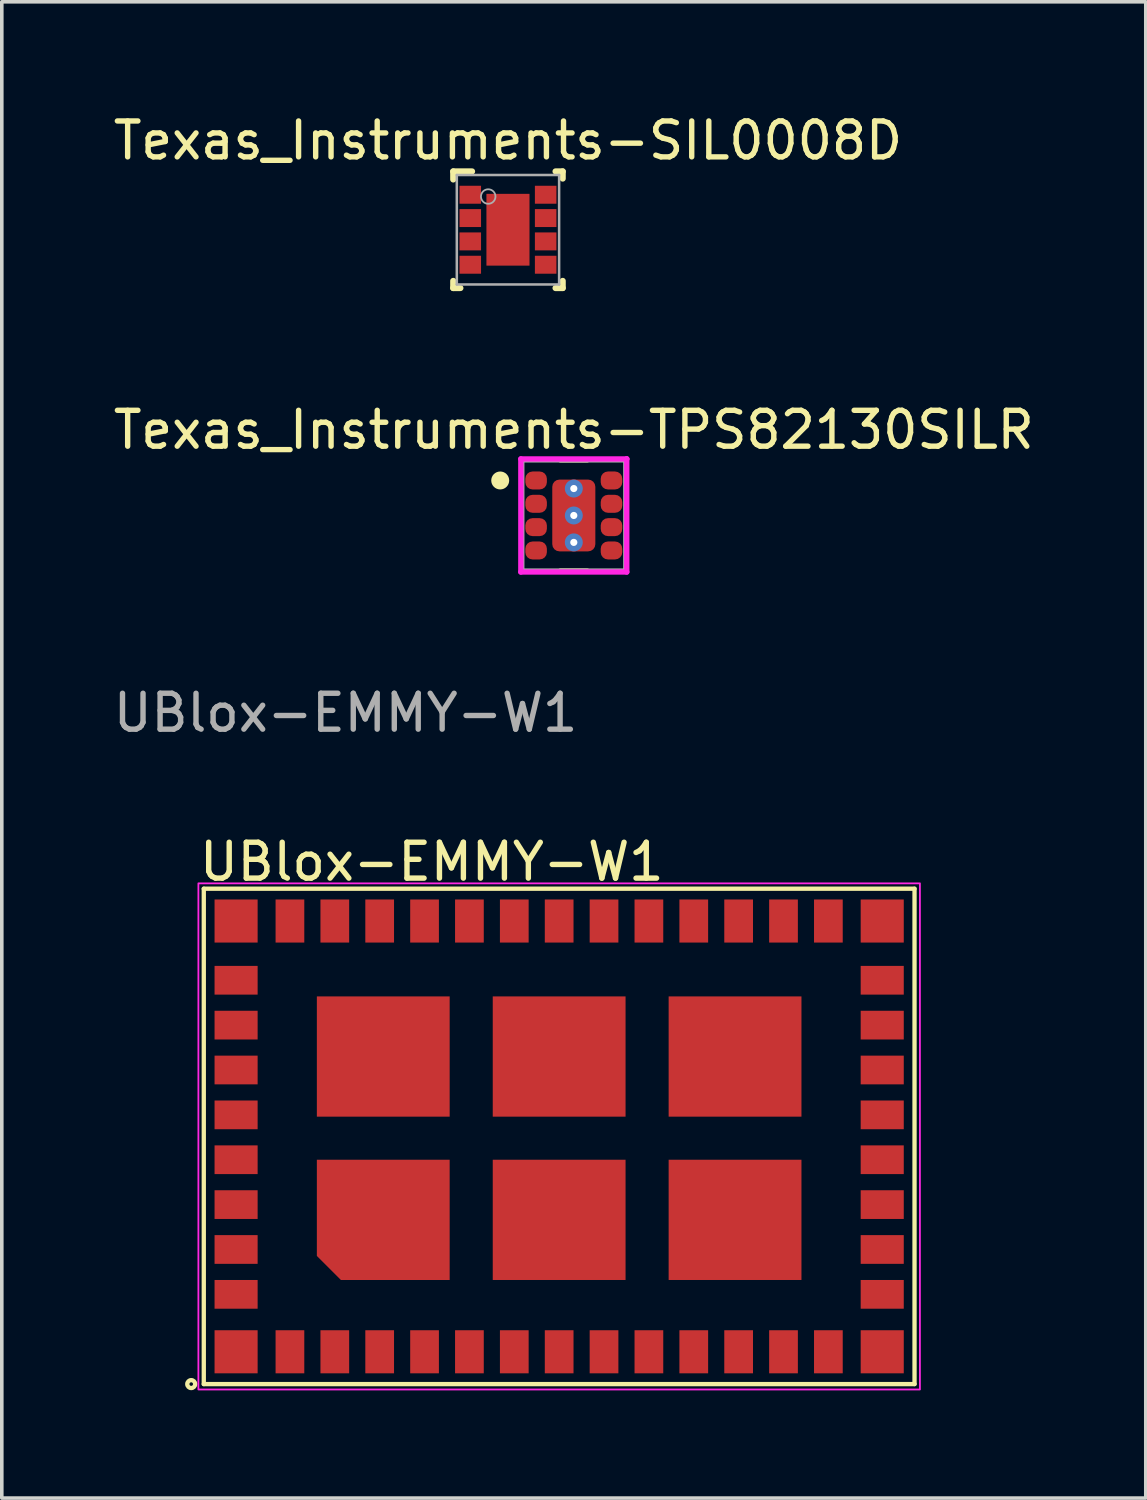
<source format=kicad_pcb>
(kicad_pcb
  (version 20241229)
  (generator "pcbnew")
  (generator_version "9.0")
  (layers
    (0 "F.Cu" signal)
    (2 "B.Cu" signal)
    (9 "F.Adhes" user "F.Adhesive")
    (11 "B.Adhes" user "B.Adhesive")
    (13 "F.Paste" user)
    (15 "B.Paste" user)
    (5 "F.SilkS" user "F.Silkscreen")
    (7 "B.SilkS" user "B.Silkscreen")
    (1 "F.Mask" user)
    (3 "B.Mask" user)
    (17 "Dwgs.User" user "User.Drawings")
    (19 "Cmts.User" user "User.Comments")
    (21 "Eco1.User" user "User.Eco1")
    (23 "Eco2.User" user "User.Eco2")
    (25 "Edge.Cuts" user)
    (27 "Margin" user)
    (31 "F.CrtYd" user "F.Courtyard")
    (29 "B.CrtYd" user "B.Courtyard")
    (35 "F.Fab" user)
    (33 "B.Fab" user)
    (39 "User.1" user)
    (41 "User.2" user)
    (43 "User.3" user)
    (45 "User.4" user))
  (footprint "UBlox-EMMY-W1"
    (layer "F.Cu")
    (at 12.527 28.608)
    (property "Reference" "UBlox-EMMY-W1" (at -10.1 -7.65 0) (unlocked yes) (layer "F.SilkS") (effects (font (size 1 1) (thickness 0.15)) (justify left)))
    (attr smd)
    (fp_line (start -9.9 -6.9) (end 9.9 -6.9) (stroke (width 0.12) (type default)) (layer "F.SilkS"))
    (fp_line (start -9.9 6.9) (end -9.9 -6.9) (stroke (width 0.12) (type default)) (layer "F.SilkS"))
    (fp_line (start -9.9 6.9) (end 9.9 6.9) (stroke (width 0.12) (type default)) (layer "F.SilkS"))
    (fp_line (start 9.9 -6.9) (end 9.9 6.9) (stroke (width 0.12) (type default)) (layer "F.SilkS"))
    (fp_circle (center -10.25 6.9) (end -10.3 6.9) (stroke (width 0.12) (type default)) (fill no) (layer "F.SilkS"))
    (fp_rect (start -10.05 -7.05) (end 10.05 7.05) (stroke (width 0.05) (type default)) (fill no) (layer "F.CrtYd"))
    (fp_text user "${REFERENCE}" (at -5.95 -11.8 0) (unlocked yes) (layer "F.Fab") (effects (font (size 1 1) (thickness 0.15))))
    (pad "" smd roundrect (at -6.15 -3.3) (size 0.85 0.85) (layers "F.Paste") (roundrect_rratio 0.238))
    (pad "" smd roundrect (at -6.15 -2.225) (size 0.85 0.85) (layers "F.Paste") (roundrect_rratio 0.238))
    (pad "" smd roundrect (at -6.15 -1.15) (size 0.85 0.85) (layers "F.Paste") (roundrect_rratio 0.238))
    (pad "" smd roundrect (at -6.15 1.25) (size 0.85 0.85) (layers "F.Paste") (roundrect_rratio 0.238))
    (pad "" smd roundrect (at -6.15 2.325) (size 0.85 0.85) (layers "F.Paste") (roundrect_rratio 0.238))
    (pad "" smd roundrect (at -6.15 3.4) (size 0.85 0.85) (layers "F.Paste") (roundrect_rratio 0.238) (chamfer_ratio 0.45) (chamfer bottom_left))
    (pad "" smd roundrect (at -4.9 -3.3) (size 0.9 0.85) (layers "F.Paste") (roundrect_rratio 0.238))
    (pad "" smd roundrect (at -4.9 -2.225) (size 0.9 0.85) (layers "F.Paste") (roundrect_rratio 0.238))
    (pad "" smd roundrect (at -4.9 -1.15) (size 0.9 0.85) (layers "F.Paste") (roundrect_rratio 0.238))
    (pad "" smd roundrect (at -4.9 1.25) (size 0.9 0.85) (layers "F.Paste") (roundrect_rratio 0.238))
    (pad "" smd roundrect (at -4.9 2.325) (size 0.9 0.85) (layers "F.Paste") (roundrect_rratio 0.238))
    (pad "" smd roundrect (at -4.9 3.4) (size 0.9 0.85) (layers "F.Paste") (roundrect_rratio 0.238))
    (pad "" smd roundrect (at -3.65 -3.3) (size 0.85 0.85) (layers "F.Paste") (roundrect_rratio 0.238))
    (pad "" smd roundrect (at -3.65 -2.225) (size 0.85 0.85) (layers "F.Paste") (roundrect_rratio 0.238))
    (pad "" smd roundrect (at -3.65 -1.15) (size 0.85 0.85) (layers "F.Paste") (roundrect_rratio 0.238))
    (pad "" smd roundrect (at -3.65 1.25) (size 0.85 0.85) (layers "F.Paste") (roundrect_rratio 0.238))
    (pad "" smd roundrect (at -3.65 2.325) (size 0.85 0.85) (layers "F.Paste") (roundrect_rratio 0.238))
    (pad "" smd roundrect (at -3.65 3.4) (size 0.85 0.85) (layers "F.Paste") (roundrect_rratio 0.238))
    (pad "" smd roundrect (at -1.25 -3.3) (size 0.85 0.85) (layers "F.Paste") (roundrect_rratio 0.238))
    (pad "" smd roundrect (at -1.25 -2.225) (size 0.85 0.85) (layers "F.Paste") (roundrect_rratio 0.238))
    (pad "" smd roundrect (at -1.25 -1.15) (size 0.85 0.85) (layers "F.Paste") (roundrect_rratio 0.238))
    (pad "" smd roundrect (at -1.25 1.25) (size 0.85 0.85) (layers "F.Paste") (roundrect_rratio 0.238))
    (pad "" smd roundrect (at -1.25 2.325) (size 0.85 0.85) (layers "F.Paste") (roundrect_rratio 0.238))
    (pad "" smd roundrect (at -1.25 3.4) (size 0.85 0.85) (layers "F.Paste") (roundrect_rratio 0.238))
    (pad "" smd roundrect (at 0 -3.3) (size 0.9 0.85) (layers "F.Paste") (roundrect_rratio 0.238))
    (pad "" smd roundrect (at 0 -2.225) (size 0.9 0.85) (layers "F.Paste") (roundrect_rratio 0.238))
    (pad "" smd roundrect (at 0 -1.15) (size 0.9 0.85) (layers "F.Paste") (roundrect_rratio 0.238))
    (pad "" smd roundrect (at 0 1.25) (size 0.9 0.85) (layers "F.Paste") (roundrect_rratio 0.238))
    (pad "" smd roundrect (at 0 2.325) (size 0.9 0.85) (layers "F.Paste") (roundrect_rratio 0.238))
    (pad "" smd roundrect (at 0 3.4) (size 0.9 0.85) (layers "F.Paste") (roundrect_rratio 0.238))
    (pad "" smd roundrect (at 1.25 -3.3) (size 0.85 0.85) (layers "F.Paste") (roundrect_rratio 0.238))
    (pad "" smd roundrect (at 1.25 -2.225) (size 0.85 0.85) (layers "F.Paste") (roundrect_rratio 0.238))
    (pad "" smd roundrect (at 1.25 -1.15) (size 0.85 0.85) (layers "F.Paste") (roundrect_rratio 0.238))
    (pad "" smd roundrect (at 1.25 1.25) (size 0.85 0.85) (layers "F.Paste") (roundrect_rratio 0.238))
    (pad "" smd roundrect (at 1.25 2.325) (size 0.85 0.85) (layers "F.Paste") (roundrect_rratio 0.238))
    (pad "" smd roundrect (at 1.25 3.4) (size 0.85 0.85) (layers "F.Paste") (roundrect_rratio 0.238))
    (pad "" smd roundrect (at 3.65 -3.3) (size 0.85 0.85) (layers "F.Paste") (roundrect_rratio 0.238))
    (pad "" smd roundrect (at 3.65 -2.225) (size 0.85 0.85) (layers "F.Paste") (roundrect_rratio 0.238))
    (pad "" smd roundrect (at 3.65 -1.15) (size 0.85 0.85) (layers "F.Paste") (roundrect_rratio 0.238))
    (pad "" smd roundrect (at 3.65 1.25) (size 0.85 0.85) (layers "F.Paste") (roundrect_rratio 0.238))
    (pad "" smd roundrect (at 3.65 2.325) (size 0.85 0.85) (layers "F.Paste") (roundrect_rratio 0.238))
    (pad "" smd roundrect (at 3.65 3.4) (size 0.85 0.85) (layers "F.Paste") (roundrect_rratio 0.238))
    (pad "" smd roundrect (at 4.9 -3.3) (size 0.9 0.85) (layers "F.Paste") (roundrect_rratio 0.238))
    (pad "" smd roundrect (at 4.9 -2.225) (size 0.9 0.85) (layers "F.Paste") (roundrect_rratio 0.238))
    (pad "" smd roundrect (at 4.9 -1.15) (size 0.9 0.85) (layers "F.Paste") (roundrect_rratio 0.238))
    (pad "" smd roundrect (at 4.9 1.25) (size 0.9 0.85) (layers "F.Paste") (roundrect_rratio 0.238))
    (pad "" smd roundrect (at 4.9 2.325) (size 0.9 0.85) (layers "F.Paste") (roundrect_rratio 0.238))
    (pad "" smd roundrect (at 4.9 3.4) (size 0.9 0.85) (layers "F.Paste") (roundrect_rratio 0.238))
    (pad "" smd roundrect (at 6.15 -3.3) (size 0.85 0.85) (layers "F.Paste") (roundrect_rratio 0.238))
    (pad "" smd roundrect (at 6.15 -2.225) (size 0.85 0.85) (layers "F.Paste") (roundrect_rratio 0.238))
    (pad "" smd roundrect (at 6.15 -1.15) (size 0.85 0.85) (layers "F.Paste") (roundrect_rratio 0.238))
    (pad "" smd roundrect (at 6.15 1.25) (size 0.85 0.85) (layers "F.Paste") (roundrect_rratio 0.238))
    (pad "" smd roundrect (at 6.15 2.325) (size 0.85 0.85) (layers "F.Paste") (roundrect_rratio 0.238))
    (pad "" smd roundrect (at 6.15 3.4) (size 0.85 0.85) (layers "F.Paste") (roundrect_rratio 0.238))
    (pad "1" smd rect (at -9 6) (size 1.2 1.2) (layers "F.Cu" "F.Mask" "F.Paste"))
    (pad "2" smd rect (at -7.5 6) (size 0.8 1.2) (layers "F.Cu" "F.Mask" "F.Paste"))
    (pad "3" smd rect (at -6.25 6) (size 0.8 1.2) (layers "F.Cu" "F.Mask" "F.Paste"))
    (pad "4" smd rect (at -5 6) (size 0.8 1.2) (layers "F.Cu" "F.Mask" "F.Paste"))
    (pad "5" smd rect (at -3.75 6) (size 0.8 1.2) (layers "F.Cu" "F.Mask" "F.Paste"))
    (pad "6" smd rect (at -2.5 6) (size 0.8 1.2) (layers "F.Cu" "F.Mask" "F.Paste"))
    (pad "7" smd rect (at -1.25 6) (size 0.8 1.2) (layers "F.Cu" "F.Mask" "F.Paste"))
    (pad "8" smd rect (at 0 6) (size 0.8 1.2) (layers "F.Cu" "F.Mask" "F.Paste"))
    (pad "9" smd rect (at 1.25 6) (size 0.8 1.2) (layers "F.Cu" "F.Mask" "F.Paste"))
    (pad "10" smd rect (at 2.5 6) (size 0.8 1.2) (layers "F.Cu" "F.Mask" "F.Paste"))
    (pad "11" smd rect (at 3.75 6) (size 0.8 1.2) (layers "F.Cu" "F.Mask" "F.Paste"))
    (pad "12" smd rect (at 5 6) (size 0.8 1.2) (layers "F.Cu" "F.Mask" "F.Paste"))
    (pad "13" smd rect (at 6.25 6) (size 0.8 1.2) (layers "F.Cu" "F.Mask" "F.Paste"))
    (pad "14" smd rect (at 7.5 6) (size 0.8 1.2) (layers "F.Cu" "F.Mask" "F.Paste"))
    (pad "15" smd rect (at 9 6) (size 1.2 1.2) (layers "F.Cu" "F.Mask" "F.Paste"))
    (pad "16" smd rect (at 9 4.4) (size 1.2 0.8) (layers "F.Cu" "F.Mask" "F.Paste"))
    (pad "17" smd rect (at 9 3.15) (size 1.2 0.8) (layers "F.Cu" "F.Mask" "F.Paste"))
    (pad "18" smd rect (at 9 1.9) (size 1.2 0.8) (layers "F.Cu" "F.Mask" "F.Paste"))
    (pad "19" smd rect (at 9 0.65) (size 1.2 0.8) (layers "F.Cu" "F.Mask" "F.Paste"))
    (pad "20" smd rect (at 9 -0.6) (size 1.2 0.8) (layers "F.Cu" "F.Mask" "F.Paste"))
    (pad "21" smd rect (at 9 -1.85) (size 1.2 0.8) (layers "F.Cu" "F.Mask" "F.Paste"))
    (pad "22" smd rect (at 9 -3.1) (size 1.2 0.8) (layers "F.Cu" "F.Mask" "F.Paste"))
    (pad "23" smd rect (at 9 -4.35) (size 1.2 0.8) (layers "F.Cu" "F.Mask" "F.Paste"))
    (pad "24" smd rect (at 9 -6) (size 1.2 1.2) (layers "F.Cu" "F.Mask" "F.Paste"))
    (pad "25" smd rect (at 7.5 -6) (size 0.8 1.2) (layers "F.Cu" "F.Mask" "F.Paste"))
    (pad "26" smd rect (at 6.25 -6) (size 0.8 1.2) (layers "F.Cu" "F.Mask" "F.Paste"))
    (pad "27" smd rect (at 5 -6) (size 0.8 1.2) (layers "F.Cu" "F.Mask" "F.Paste"))
    (pad "28" smd rect (at 3.75 -6) (size 0.8 1.2) (layers "F.Cu" "F.Mask" "F.Paste"))
    (pad "29" smd rect (at 2.5 -6) (size 0.8 1.2) (layers "F.Cu" "F.Mask" "F.Paste"))
    (pad "30" smd rect (at 1.25 -6) (size 0.8 1.2) (layers "F.Cu" "F.Mask" "F.Paste"))
    (pad "31" smd rect (at 0 -6) (size 0.8 1.2) (layers "F.Cu" "F.Mask" "F.Paste"))
    (pad "32" smd rect (at -1.25 -6) (size 0.8 1.2) (layers "F.Cu" "F.Mask" "F.Paste"))
    (pad "33" smd rect (at -2.5 -6) (size 0.8 1.2) (layers "F.Cu" "F.Mask" "F.Paste"))
    (pad "34" smd rect (at -3.75 -6) (size 0.8 1.2) (layers "F.Cu" "F.Mask" "F.Paste"))
    (pad "35" smd rect (at -5 -6) (size 0.8 1.2) (layers "F.Cu" "F.Mask" "F.Paste"))
    (pad "36" smd rect (at -6.25 -6) (size 0.8 1.2) (layers "F.Cu" "F.Mask" "F.Paste"))
    (pad "37" smd rect (at -7.5 -6) (size 0.8 1.2) (layers "F.Cu" "F.Mask" "F.Paste"))
    (pad "38" smd rect (at -9 -6) (size 1.2 1.2) (layers "F.Cu" "F.Mask" "F.Paste"))
    (pad "39" smd rect (at -9 -4.35) (size 1.2 0.8) (layers "F.Cu" "F.Mask" "F.Paste"))
    (pad "40" smd rect (at -9 -3.1) (size 1.2 0.8) (layers "F.Cu" "F.Mask" "F.Paste"))
    (pad "41" smd rect (at -9 -1.85) (size 1.2 0.8) (layers "F.Cu" "F.Mask" "F.Paste"))
    (pad "42" smd rect (at -9 -0.6) (size 1.2 0.8) (layers "F.Cu" "F.Mask" "F.Paste"))
    (pad "43" smd rect (at -9 0.65) (size 1.2 0.8) (layers "F.Cu" "F.Mask" "F.Paste"))
    (pad "44" smd rect (at -9 1.9) (size 1.2 0.8) (layers "F.Cu" "F.Mask" "F.Paste"))
    (pad "45" smd rect (at -9 3.15) (size 1.2 0.8) (layers "F.Cu" "F.Mask" "F.Paste"))
    (pad "46" smd rect (at -9 4.4) (size 1.2 0.8) (layers "F.Cu" "F.Mask" "F.Paste"))
    (pad "EP" smd rect (at -4.9 -2.225) (size 3.7 3.35) (layers "F.Cu" "F.Mask"))
    (pad "EP" smd roundrect (at -4.9 2.325) (size 3.7 3.35) (layers "F.Cu" "F.Mask") (roundrect_rratio 0) (chamfer_ratio 0.2) (chamfer bottom_left))
    (pad "EP" smd rect (at 0 -2.225) (size 3.7 3.35) (layers "F.Cu" "F.Mask"))
    (pad "EP" smd rect (at 0 2.325) (size 3.7 3.35) (layers "F.Cu" "F.Mask"))
    (pad "EP" smd rect (at 4.9 -2.225) (size 3.7 3.35) (layers "F.Cu" "F.Mask"))
    (pad "EP" smd rect (at 4.9 2.325) (size 3.7 3.35) (layers "F.Cu" "F.Mask")))
  (footprint "Texas_Instruments-TPS82130SILR"
    (layer "F.Cu")
    (at 12.935 11.31)
    (property "Reference" "Texas_Instruments-TPS82130SILR" (at 0 -1.8 0) (layer "F.SilkS") (effects (font (size 1 1) (thickness 0.15)) (justify bottom)))
    (attr through_hole)
    (fp_line (start -0.375 -1.55) (end 0.375 -1.55) (stroke (width 0.15) (type solid)) (layer "F.SilkS"))
    (fp_line (start -0.375 1.55) (end 0.375 1.55) (stroke (width 0.15) (type solid)) (layer "F.SilkS"))
    (fp_circle (center -2.05 -0.975) (end -1.925 -0.975) (stroke (width 0.25) (type solid)) (fill no) (layer "F.SilkS"))
    (fp_line (start -1.475 -1.575) (end -1.475 1.575) (stroke (width 0.15) (type solid)) (layer "F.CrtYd"))
    (fp_line (start -1.475 1.575) (end 1.475 1.575) (stroke (width 0.15) (type solid)) (layer "F.CrtYd"))
    (fp_line (start 1.475 -1.575) (end -1.475 -1.575) (stroke (width 0.15) (type solid)) (layer "F.CrtYd"))
    (fp_line (start 1.475 -1.575) (end 1.475 -1.575) (stroke (width 0.15) (type solid)) (layer "F.CrtYd"))
    (fp_line (start 1.475 1.575) (end 1.475 -1.575) (stroke (width 0.15) (type solid)) (layer "F.CrtYd"))
    (fp_line (start -1.45 -1.55) (end 1.45 -1.55) (stroke (width 0.15) (type solid)) (layer "F.Fab"))
    (fp_line (start -1.45 1.55) (end -1.45 -1.55) (stroke (width 0.15) (type solid)) (layer "F.Fab"))
    (fp_line (start 1.45 -1.55) (end 1.45 1.55) (stroke (width 0.15) (type solid)) (layer "F.Fab"))
    (fp_line (start 1.45 1.55) (end -1.45 1.55) (stroke (width 0.15) (type solid)) (layer "F.Fab"))
    (pad "" smd roundrect (at -1.05 -0.975) (size 0.5 0.4) (layers "F.Mask" "F.Paste") (roundrect_rratio 0.25))
    (pad "" smd roundrect (at -1.05 -0.325) (size 0.5 0.4) (layers "F.Mask" "F.Paste") (roundrect_rratio 0.25))
    (pad "" smd roundrect (at -1.05 0.325) (size 0.5 0.4) (layers "F.Mask" "F.Paste") (roundrect_rratio 0.25))
    (pad "" smd roundrect (at -1.05 0.975) (size 0.5 0.4) (layers "F.Mask" "F.Paste") (roundrect_rratio 0.25))
    (pad "" smd roundrect (at 0 -0.525) (size 1.04 0.85) (layers "F.Paste") (roundrect_rratio 0.118))
    (pad "" smd roundrect (at 0 0) (size 1.1 1.9) (layers "F.Mask") (roundrect_rratio 0.091))
    (pad "" smd roundrect (at 0 0.525) (size 1.04 0.85) (layers "F.Paste") (roundrect_rratio 0.118))
    (pad "" smd roundrect (at 1.05 -0.975) (size 0.5 0.4) (layers "F.Mask" "F.Paste") (roundrect_rratio 0.25))
    (pad "" smd roundrect (at 1.05 -0.325) (size 0.5 0.4) (layers "F.Mask" "F.Paste") (roundrect_rratio 0.25))
    (pad "" smd roundrect (at 1.05 0.325) (size 0.5 0.4) (layers "F.Mask" "F.Paste") (roundrect_rratio 0.25))
    (pad "" smd roundrect (at 1.05 0.975) (size 0.5 0.4) (layers "F.Mask" "F.Paste") (roundrect_rratio 0.25))
    (pad "1" smd roundrect (at -1.05 -0.975) (size 0.6 0.5) (layers "F.Cu") (roundrect_rratio 0.4))
    (pad "2" smd roundrect (at -1.05 -0.325) (size 0.6 0.5) (layers "F.Cu") (roundrect_rratio 0.4))
    (pad "3" smd roundrect (at -1.05 0.325) (size 0.6 0.5) (layers "F.Cu") (roundrect_rratio 0.4))
    (pad "4" smd roundrect (at -1.05 0.975) (size 0.6 0.5) (layers "F.Cu") (roundrect_rratio 0.4))
    (pad "5" smd roundrect (at 1.05 0.975) (size 0.6 0.5) (layers "F.Cu") (roundrect_rratio 0.4))
    (pad "6" smd roundrect (at 1.05 0.325) (size 0.6 0.5) (layers "F.Cu") (roundrect_rratio 0.4))
    (pad "7" smd roundrect (at 1.05 -0.325) (size 0.6 0.5) (layers "F.Cu") (roundrect_rratio 0.4))
    (pad "8" smd roundrect (at 1.05 -0.975) (size 0.6 0.5) (layers "F.Cu") (roundrect_rratio 0.4))
    (pad "9" smd roundrect (at 0 0) (size 1.2 2) (layers "F.Cu") (roundrect_rratio 0.167))
    (pad "~" thru_hole circle (at 0 -0.75) (size 0.5 0.5) (drill 0.2) (layers "*.Cu"))
    (pad "~" thru_hole circle (at 0 0) (size 0.5 0.5) (drill 0.2) (layers "*.Cu"))
    (pad "~" thru_hole circle (at 0 0.75) (size 0.5 0.5) (drill 0.2) (layers "*.Cu")))
  (footprint "Texas_Instruments-SIL0008D"
    (layer "F.Cu")
    (at 11.101 3.35)
    (property "Reference" "Texas_Instruments-SIL0008D" (at 0 -1.9 0) (unlocked yes) (layer "F.SilkS") (effects (font (size 1 1) (thickness 0.15)) (justify bottom)))
    (attr smd)
    (fp_line (start -1.525 -1.625) (end -1 -1.625) (stroke (width 0.17) (type solid)) (layer "F.SilkS"))
    (fp_line (start -1.525 -1.4) (end -1.525 -1.625) (stroke (width 0.17) (type solid)) (layer "F.SilkS"))
    (fp_line (start -1.525 1.625) (end -1.525 1.425) (stroke (width 0.17) (type solid)) (layer "F.SilkS"))
    (fp_line (start -1.525 1.625) (end -1.325 1.625) (stroke (width 0.17) (type solid)) (layer "F.SilkS"))
    (fp_line (start 1.325 -1.625) (end 1.525 -1.625) (stroke (width 0.17) (type solid)) (layer "F.SilkS"))
    (fp_line (start 1.325 1.625) (end 1.525 1.625) (stroke (width 0.17) (type solid)) (layer "F.SilkS"))
    (fp_line (start 1.525 -1.425) (end 1.525 -1.625) (stroke (width 0.17) (type solid)) (layer "F.SilkS"))
    (fp_line (start 1.525 1.625) (end 1.525 1.425) (stroke (width 0.17) (type solid)) (layer "F.SilkS"))
    (fp_poly (pts (xy -0.52 -0.151) (xy -0.52 -0.899) (xy -0.519 -0.909) (xy -0.516 -0.919) (xy -0.511 -0.927) (xy -0.505 -0.935) (xy -0.497 -0.941) (xy -0.489 -0.946) (xy -0.479 -0.949) (xy -0.469 -0.95) (xy 0.469 -0.95) (xy 0.479 -0.949) (xy 0.489 -0.946) (xy 0.497 -0.941) (xy 0.505 -0.935) (xy 0.511 -0.927) (xy 0.516 -0.919) (xy 0.519 -0.909) (xy 0.52 -0.899) (xy 0.52 -0.151) (xy 0.519 -0.141) (xy 0.516 -0.131) (xy 0.511 -0.123) (xy 0.505 -0.115) (xy 0.497 -0.109) (xy 0.489 -0.104) (xy 0.479 -0.101) (xy 0.469 -0.1) (xy -0.469 -0.1) (xy -0.479 -0.101) (xy -0.489 -0.104) (xy -0.497 -0.109) (xy -0.505 -0.115) (xy -0.511 -0.123) (xy -0.516 -0.131) (xy -0.519 -0.141)) (stroke (width 0) (type solid)) (fill yes) (layer "F.Paste"))
    (fp_poly (pts (xy -0.52 0.899) (xy -0.52 0.151) (xy -0.519 0.141) (xy -0.516 0.131) (xy -0.511 0.123) (xy -0.505 0.115) (xy -0.497 0.109) (xy -0.489 0.104) (xy -0.479 0.101) (xy -0.469 0.1) (xy 0.469 0.1) (xy 0.479 0.101) (xy 0.489 0.104) (xy 0.497 0.109) (xy 0.505 0.115) (xy 0.511 0.123) (xy 0.516 0.131) (xy 0.519 0.141) (xy 0.52 0.151) (xy 0.52 0.899) (xy 0.519 0.909) (xy 0.516 0.919) (xy 0.511 0.927) (xy 0.505 0.935) (xy 0.497 0.941) (xy 0.489 0.946) (xy 0.479 0.949) (xy 0.469 0.95) (xy -0.469 0.95) (xy -0.479 0.949) (xy -0.489 0.946) (xy -0.497 0.941) (xy -0.505 0.935) (xy -0.511 0.927) (xy -0.516 0.919) (xy -0.519 0.909)) (stroke (width 0) (type solid)) (fill yes) (layer "F.Paste"))
    (fp_line (start -1.425 -1.525) (end 1.425 -1.525) (stroke (width 0.07) (type solid)) (layer "F.Fab"))
    (fp_line (start -1.425 1.525) (end -1.425 -1.525) (stroke (width 0.07) (type solid)) (layer "F.Fab"))
    (fp_line (start -1.425 1.525) (end 1.425 1.525) (stroke (width 0.07) (type solid)) (layer "F.Fab"))
    (fp_line (start 1.425 1.525) (end 1.425 -1.525) (stroke (width 0.07) (type solid)) (layer "F.Fab"))
    (fp_circle (center -0.55 -0.925) (end -0.348 -0.925) (stroke (width 0.05) (type solid)) (fill no) (layer "F.Fab"))
    (pad "1" smd rect (at -1.05 -0.975) (size 0.6 0.5) (layers "F.Cu" "F.Mask" "F.Paste"))
    (pad "2" smd rect (at -1.05 -0.325) (size 0.6 0.5) (layers "F.Cu" "F.Mask" "F.Paste"))
    (pad "3" smd rect (at -1.05 0.325) (size 0.6 0.5) (layers "F.Cu" "F.Mask" "F.Paste"))
    (pad "4" smd rect (at -1.05 0.975) (size 0.6 0.5) (layers "F.Cu" "F.Mask" "F.Paste"))
    (pad "5" smd rect (at 1.05 0.975) (size 0.6 0.5) (layers "F.Cu" "F.Mask" "F.Paste"))
    (pad "6" smd rect (at 1.05 0.325) (size 0.6 0.5) (layers "F.Cu" "F.Mask" "F.Paste"))
    (pad "7" smd rect (at 1.05 -0.325) (size 0.6 0.5) (layers "F.Cu" "F.Mask" "F.Paste"))
    (pad "8" smd rect (at 1.05 -0.975) (size 0.6 0.5) (layers "F.Cu" "F.Mask" "F.Paste"))
    (pad "9" smd rect (at 0 0) (size 1.2 2) (layers "F.Cu" "F.Mask" "F.Paste")))
  (gr_rect
    (start -3 -3)
    (end 28.869 38.683)
    (stroke (width 0.1) (type default))
    (fill no)
    (layer "Edge.Cuts")))
</source>
